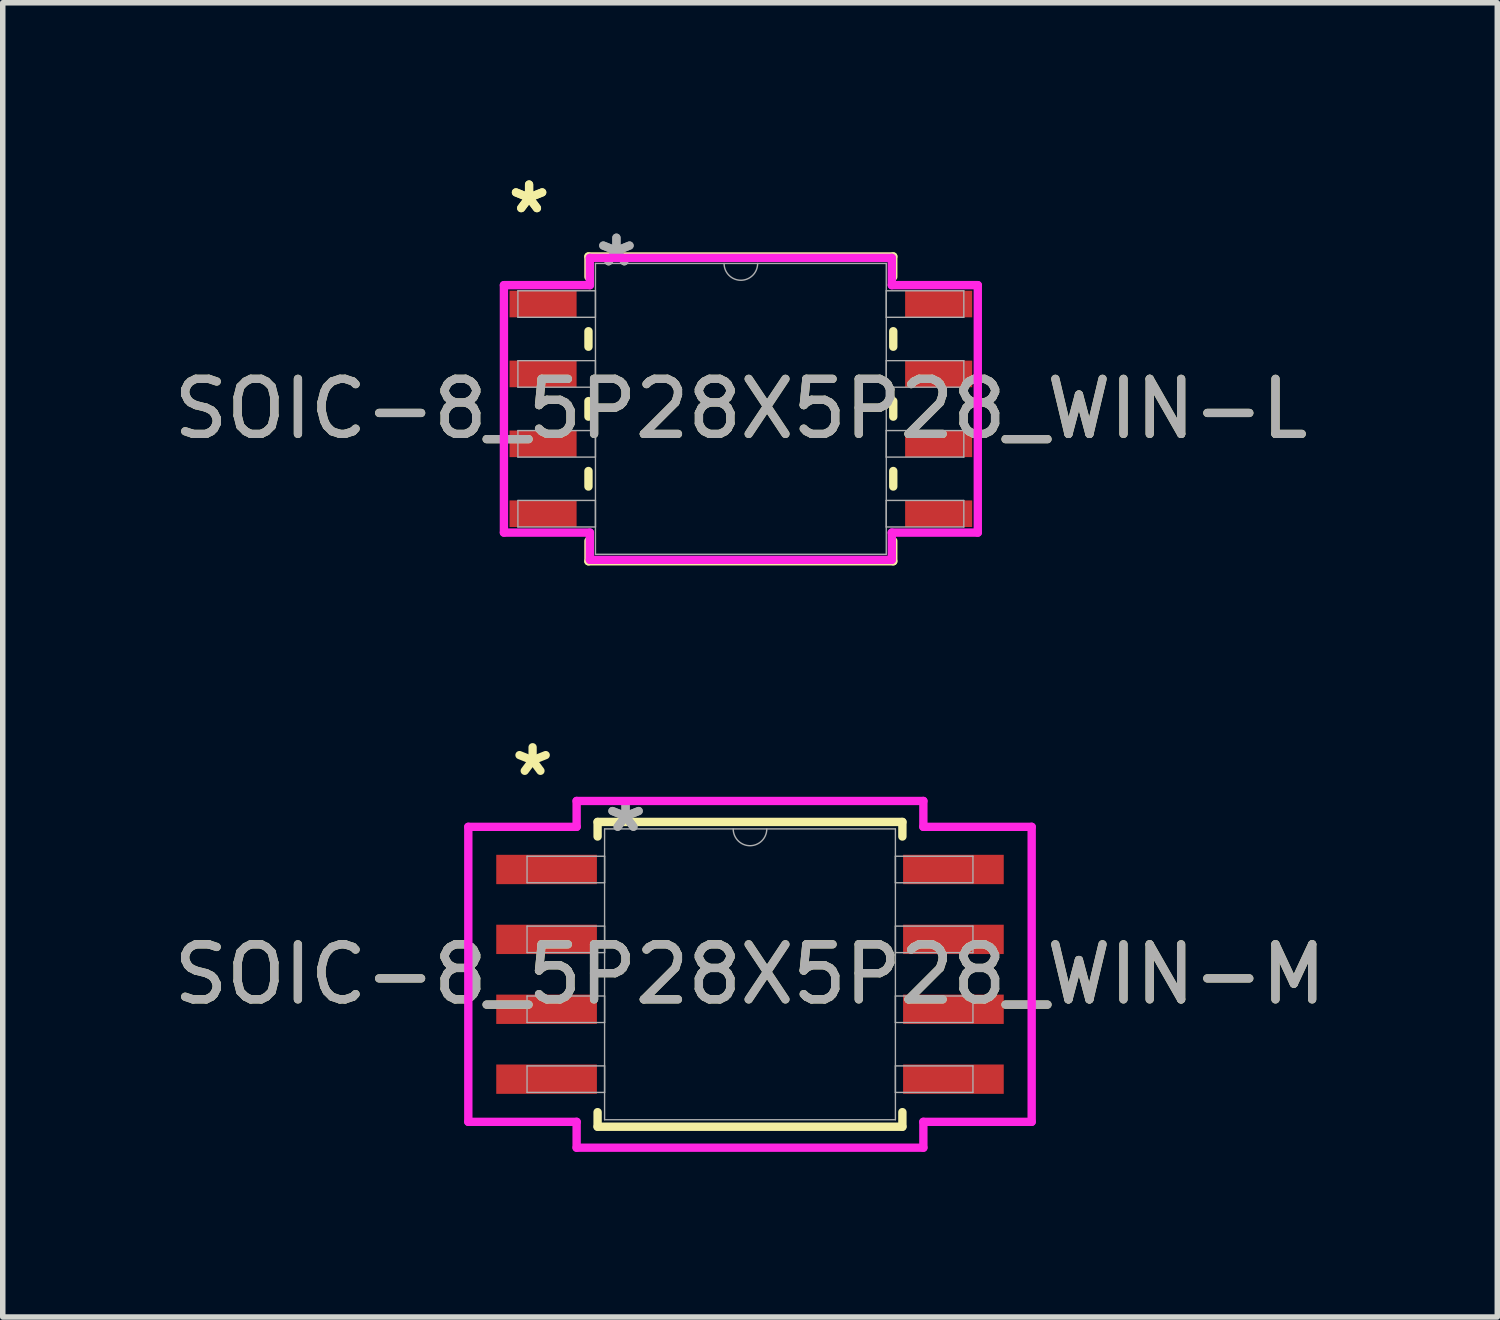
<source format=kicad_pcb>
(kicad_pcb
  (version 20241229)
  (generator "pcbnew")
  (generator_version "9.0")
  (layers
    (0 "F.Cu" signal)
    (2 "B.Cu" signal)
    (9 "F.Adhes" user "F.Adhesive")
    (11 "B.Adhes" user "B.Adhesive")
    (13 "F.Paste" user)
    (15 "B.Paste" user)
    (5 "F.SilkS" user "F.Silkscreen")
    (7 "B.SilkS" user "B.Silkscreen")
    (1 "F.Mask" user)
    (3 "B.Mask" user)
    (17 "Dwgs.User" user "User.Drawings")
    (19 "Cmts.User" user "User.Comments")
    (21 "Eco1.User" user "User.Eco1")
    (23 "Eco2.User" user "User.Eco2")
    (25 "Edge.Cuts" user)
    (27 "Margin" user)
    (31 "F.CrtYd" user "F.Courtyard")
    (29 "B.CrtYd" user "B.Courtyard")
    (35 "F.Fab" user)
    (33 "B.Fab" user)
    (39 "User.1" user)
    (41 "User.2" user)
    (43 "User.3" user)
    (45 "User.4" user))
  (footprint "SOIC-8_5P28X5P28_WIN-L"
    (layer "F.Cu")
    (at 10.411 4.379)
    (property "Reference" "SOIC-8_5P28X5P28_WIN-L" (at 0 0 0) (unlocked yes) (layer "F.SilkS") (effects (font (size 1 1) (thickness 0.15))))
    (attr smd)
    (fp_line (start -2.769 -2.769) (end -2.769 -2.399) (stroke (width 0.152) (type solid)) (layer "F.SilkS"))
    (fp_line (start -2.769 -1.411) (end -2.769 -1.129) (stroke (width 0.152) (type solid)) (layer "F.SilkS"))
    (fp_line (start -2.769 -0.141) (end -2.769 0.141) (stroke (width 0.152) (type solid)) (layer "F.SilkS"))
    (fp_line (start -2.769 1.129) (end -2.769 1.411) (stroke (width 0.152) (type solid)) (layer "F.SilkS"))
    (fp_line (start -2.769 2.399) (end -2.769 2.769) (stroke (width 0.152) (type solid)) (layer "F.SilkS"))
    (fp_line (start -2.769 2.769) (end 2.769 2.769) (stroke (width 0.152) (type solid)) (layer "F.SilkS"))
    (fp_line (start 2.769 -2.769) (end -2.769 -2.769) (stroke (width 0.152) (type solid)) (layer "F.SilkS"))
    (fp_line (start 2.769 -2.399) (end 2.769 -2.769) (stroke (width 0.152) (type solid)) (layer "F.SilkS"))
    (fp_line (start 2.769 -1.129) (end 2.769 -1.411) (stroke (width 0.152) (type solid)) (layer "F.SilkS"))
    (fp_line (start 2.769 0.141) (end 2.769 -0.141) (stroke (width 0.152) (type solid)) (layer "F.SilkS"))
    (fp_line (start 2.769 1.411) (end 2.769 1.129) (stroke (width 0.152) (type solid)) (layer "F.SilkS"))
    (fp_line (start 2.769 2.769) (end 2.769 2.399) (stroke (width 0.152) (type solid)) (layer "F.SilkS"))
    (fp_line (start -4.305 -2.248) (end -2.743 -2.248) (stroke (width 0.152) (type solid)) (layer "F.CrtYd"))
    (fp_line (start -4.305 2.248) (end -4.305 -2.248) (stroke (width 0.152) (type solid)) (layer "F.CrtYd"))
    (fp_line (start -4.305 2.248) (end -2.743 2.248) (stroke (width 0.152) (type solid)) (layer "F.CrtYd"))
    (fp_line (start -2.743 -2.743) (end 2.743 -2.743) (stroke (width 0.152) (type solid)) (layer "F.CrtYd"))
    (fp_line (start -2.743 -2.248) (end -2.743 -2.743) (stroke (width 0.152) (type solid)) (layer "F.CrtYd"))
    (fp_line (start -2.743 2.743) (end -2.743 2.248) (stroke (width 0.152) (type solid)) (layer "F.CrtYd"))
    (fp_line (start 2.743 -2.743) (end 2.743 -2.248) (stroke (width 0.152) (type solid)) (layer "F.CrtYd"))
    (fp_line (start 2.743 2.248) (end 2.743 2.743) (stroke (width 0.152) (type solid)) (layer "F.CrtYd"))
    (fp_line (start 2.743 2.743) (end -2.743 2.743) (stroke (width 0.152) (type solid)) (layer "F.CrtYd"))
    (fp_line (start 4.305 -2.248) (end 2.743 -2.248) (stroke (width 0.152) (type solid)) (layer "F.CrtYd"))
    (fp_line (start 4.305 -2.248) (end 4.305 2.248) (stroke (width 0.152) (type solid)) (layer "F.CrtYd"))
    (fp_line (start 4.305 2.248) (end 2.743 2.248) (stroke (width 0.152) (type solid)) (layer "F.CrtYd"))
    (fp_line (start -4.051 -2.146) (end -4.051 -1.664) (stroke (width 0.025) (type solid)) (layer "F.Fab"))
    (fp_line (start -4.051 -1.664) (end -2.642 -1.664) (stroke (width 0.025) (type solid)) (layer "F.Fab"))
    (fp_line (start -4.051 -0.876) (end -4.051 -0.394) (stroke (width 0.025) (type solid)) (layer "F.Fab"))
    (fp_line (start -4.051 -0.394) (end -2.642 -0.394) (stroke (width 0.025) (type solid)) (layer "F.Fab"))
    (fp_line (start -4.051 0.394) (end -4.051 0.876) (stroke (width 0.025) (type solid)) (layer "F.Fab"))
    (fp_line (start -4.051 0.876) (end -2.642 0.876) (stroke (width 0.025) (type solid)) (layer "F.Fab"))
    (fp_line (start -4.051 1.664) (end -4.051 2.146) (stroke (width 0.025) (type solid)) (layer "F.Fab"))
    (fp_line (start -4.051 2.146) (end -2.642 2.146) (stroke (width 0.025) (type solid)) (layer "F.Fab"))
    (fp_line (start -2.642 -2.642) (end -2.642 2.642) (stroke (width 0.025) (type solid)) (layer "F.Fab"))
    (fp_line (start -2.642 -2.146) (end -4.051 -2.146) (stroke (width 0.025) (type solid)) (layer "F.Fab"))
    (fp_line (start -2.642 -1.664) (end -2.642 -2.146) (stroke (width 0.025) (type solid)) (layer "F.Fab"))
    (fp_line (start -2.642 -0.876) (end -4.051 -0.876) (stroke (width 0.025) (type solid)) (layer "F.Fab"))
    (fp_line (start -2.642 -0.394) (end -2.642 -0.876) (stroke (width 0.025) (type solid)) (layer "F.Fab"))
    (fp_line (start -2.642 0.394) (end -4.051 0.394) (stroke (width 0.025) (type solid)) (layer "F.Fab"))
    (fp_line (start -2.642 0.876) (end -2.642 0.394) (stroke (width 0.025) (type solid)) (layer "F.Fab"))
    (fp_line (start -2.642 1.664) (end -4.051 1.664) (stroke (width 0.025) (type solid)) (layer "F.Fab"))
    (fp_line (start -2.642 2.146) (end -2.642 1.664) (stroke (width 0.025) (type solid)) (layer "F.Fab"))
    (fp_line (start -2.642 2.642) (end 2.642 2.642) (stroke (width 0.025) (type solid)) (layer "F.Fab"))
    (fp_line (start 2.642 -2.642) (end -2.642 -2.642) (stroke (width 0.025) (type solid)) (layer "F.Fab"))
    (fp_line (start 2.642 -2.146) (end 2.642 -1.664) (stroke (width 0.025) (type solid)) (layer "F.Fab"))
    (fp_line (start 2.642 -1.664) (end 4.051 -1.664) (stroke (width 0.025) (type solid)) (layer "F.Fab"))
    (fp_line (start 2.642 -0.876) (end 2.642 -0.394) (stroke (width 0.025) (type solid)) (layer "F.Fab"))
    (fp_line (start 2.642 -0.394) (end 4.051 -0.394) (stroke (width 0.025) (type solid)) (layer "F.Fab"))
    (fp_line (start 2.642 0.394) (end 2.642 0.876) (stroke (width 0.025) (type solid)) (layer "F.Fab"))
    (fp_line (start 2.642 0.876) (end 4.051 0.876) (stroke (width 0.025) (type solid)) (layer "F.Fab"))
    (fp_line (start 2.642 1.664) (end 2.642 2.146) (stroke (width 0.025) (type solid)) (layer "F.Fab"))
    (fp_line (start 2.642 2.146) (end 4.051 2.146) (stroke (width 0.025) (type solid)) (layer "F.Fab"))
    (fp_line (start 2.642 2.642) (end 2.642 -2.642) (stroke (width 0.025) (type solid)) (layer "F.Fab"))
    (fp_line (start 4.051 -2.146) (end 2.642 -2.146) (stroke (width 0.025) (type solid)) (layer "F.Fab"))
    (fp_line (start 4.051 -1.664) (end 4.051 -2.146) (stroke (width 0.025) (type solid)) (layer "F.Fab"))
    (fp_line (start 4.051 -0.876) (end 2.642 -0.876) (stroke (width 0.025) (type solid)) (layer "F.Fab"))
    (fp_line (start 4.051 -0.394) (end 4.051 -0.876) (stroke (width 0.025) (type solid)) (layer "F.Fab"))
    (fp_line (start 4.051 0.394) (end 2.642 0.394) (stroke (width 0.025) (type solid)) (layer "F.Fab"))
    (fp_line (start 4.051 0.876) (end 4.051 0.394) (stroke (width 0.025) (type solid)) (layer "F.Fab"))
    (fp_line (start 4.051 1.664) (end 2.642 1.664) (stroke (width 0.025) (type solid)) (layer "F.Fab"))
    (fp_line (start 4.051 2.146) (end 4.051 1.664) (stroke (width 0.025) (type solid)) (layer "F.Fab"))
    (fp_arc (start 0.3048 -2.6416) (mid 0 -2.3368) (end -0.3048 -2.6416) (stroke (width 0.0254) (type solid)) (layer "F.Fab"))
    (fp_text user "*" (at -3.848 -3.531 0) (layer "F.SilkS") (effects (font (size 1 1) (thickness 0.15))))
    (fp_text user "*" (at -3.848 -3.531 0) (unlocked yes) (layer "F.SilkS") (effects (font (size 1 1) (thickness 0.15))))
    (fp_text user "${REFERENCE}" (at 0 0 0) (unlocked yes) (layer "F.Fab") (effects (font (size 1 1) (thickness 0.15))))
    (fp_text user "*" (at -2.261 -2.565 0) (layer "F.Fab") (effects (font (size 1 1) (thickness 0.15))))
    (fp_text user "*" (at -2.261 -2.565 0) (unlocked yes) (layer "F.Fab") (effects (font (size 1 1) (thickness 0.15))))
    (pad "1" smd rect (at -3.594 -1.905) (size 1.219 0.483) (layers "F.Cu" "F.Mask" "F.Paste"))
    (pad "2" smd rect (at -3.594 -0.635) (size 1.219 0.483) (layers "F.Cu" "F.Mask" "F.Paste"))
    (pad "3" smd rect (at -3.594 0.635) (size 1.219 0.483) (layers "F.Cu" "F.Mask" "F.Paste"))
    (pad "4" smd rect (at -3.594 1.905) (size 1.219 0.483) (layers "F.Cu" "F.Mask" "F.Paste"))
    (pad "5" smd rect (at 3.594 1.905) (size 1.219 0.483) (layers "F.Cu" "F.Mask" "F.Paste"))
    (pad "6" smd rect (at 3.594 0.635) (size 1.219 0.483) (layers "F.Cu" "F.Mask" "F.Paste"))
    (pad "7" smd rect (at 3.594 -0.635) (size 1.219 0.483) (layers "F.Cu" "F.Mask" "F.Paste"))
    (pad "8" smd rect (at 3.594 -1.905) (size 1.219 0.483) (layers "F.Cu" "F.Mask" "F.Paste")))
  (footprint "SOIC-8_5P28X5P28_WIN-M"
    (layer "F.Cu")
    (at 10.577 14.653)
    (property "Reference" "SOIC-8_5P28X5P28_WIN-M" (at 0 0 0) (unlocked yes) (layer "F.SilkS") (effects (font (size 1 1) (thickness 0.15))))
    (attr smd)
    (fp_line (start -2.769 -2.769) (end -2.769 -2.504) (stroke (width 0.152) (type solid)) (layer "F.SilkS"))
    (fp_line (start -2.769 2.504) (end -2.769 2.769) (stroke (width 0.152) (type solid)) (layer "F.SilkS"))
    (fp_line (start -2.769 2.769) (end 2.769 2.769) (stroke (width 0.152) (type solid)) (layer "F.SilkS"))
    (fp_line (start 2.769 -2.769) (end -2.769 -2.769) (stroke (width 0.152) (type solid)) (layer "F.SilkS"))
    (fp_line (start 2.769 -2.504) (end 2.769 -2.769) (stroke (width 0.152) (type solid)) (layer "F.SilkS"))
    (fp_line (start 2.769 2.769) (end 2.769 2.504) (stroke (width 0.152) (type solid)) (layer "F.SilkS"))
    (fp_line (start -5.118 -2.68) (end -3.15 -2.68) (stroke (width 0.152) (type solid)) (layer "F.CrtYd"))
    (fp_line (start -5.118 2.68) (end -5.118 -2.68) (stroke (width 0.152) (type solid)) (layer "F.CrtYd"))
    (fp_line (start -5.118 2.68) (end -3.15 2.68) (stroke (width 0.152) (type solid)) (layer "F.CrtYd"))
    (fp_line (start -3.15 -3.15) (end 3.15 -3.15) (stroke (width 0.152) (type solid)) (layer "F.CrtYd"))
    (fp_line (start -3.15 -2.68) (end -3.15 -3.15) (stroke (width 0.152) (type solid)) (layer "F.CrtYd"))
    (fp_line (start -3.15 3.15) (end -3.15 2.68) (stroke (width 0.152) (type solid)) (layer "F.CrtYd"))
    (fp_line (start 3.15 -3.15) (end 3.15 -2.68) (stroke (width 0.152) (type solid)) (layer "F.CrtYd"))
    (fp_line (start 3.15 2.68) (end 3.15 3.15) (stroke (width 0.152) (type solid)) (layer "F.CrtYd"))
    (fp_line (start 3.15 3.15) (end -3.15 3.15) (stroke (width 0.152) (type solid)) (layer "F.CrtYd"))
    (fp_line (start 5.118 -2.68) (end 3.15 -2.68) (stroke (width 0.152) (type solid)) (layer "F.CrtYd"))
    (fp_line (start 5.118 -2.68) (end 5.118 2.68) (stroke (width 0.152) (type solid)) (layer "F.CrtYd"))
    (fp_line (start 5.118 2.68) (end 3.15 2.68) (stroke (width 0.152) (type solid)) (layer "F.CrtYd"))
    (fp_line (start -4.051 -2.146) (end -4.051 -1.664) (stroke (width 0.025) (type solid)) (layer "F.Fab"))
    (fp_line (start -4.051 -1.664) (end -2.642 -1.664) (stroke (width 0.025) (type solid)) (layer "F.Fab"))
    (fp_line (start -4.051 -0.876) (end -4.051 -0.394) (stroke (width 0.025) (type solid)) (layer "F.Fab"))
    (fp_line (start -4.051 -0.394) (end -2.642 -0.394) (stroke (width 0.025) (type solid)) (layer "F.Fab"))
    (fp_line (start -4.051 0.394) (end -4.051 0.876) (stroke (width 0.025) (type solid)) (layer "F.Fab"))
    (fp_line (start -4.051 0.876) (end -2.642 0.876) (stroke (width 0.025) (type solid)) (layer "F.Fab"))
    (fp_line (start -4.051 1.664) (end -4.051 2.146) (stroke (width 0.025) (type solid)) (layer "F.Fab"))
    (fp_line (start -4.051 2.146) (end -2.642 2.146) (stroke (width 0.025) (type solid)) (layer "F.Fab"))
    (fp_line (start -2.642 -2.642) (end -2.642 2.642) (stroke (width 0.025) (type solid)) (layer "F.Fab"))
    (fp_line (start -2.642 -2.146) (end -4.051 -2.146) (stroke (width 0.025) (type solid)) (layer "F.Fab"))
    (fp_line (start -2.642 -1.664) (end -2.642 -2.146) (stroke (width 0.025) (type solid)) (layer "F.Fab"))
    (fp_line (start -2.642 -0.876) (end -4.051 -0.876) (stroke (width 0.025) (type solid)) (layer "F.Fab"))
    (fp_line (start -2.642 -0.394) (end -2.642 -0.876) (stroke (width 0.025) (type solid)) (layer "F.Fab"))
    (fp_line (start -2.642 0.394) (end -4.051 0.394) (stroke (width 0.025) (type solid)) (layer "F.Fab"))
    (fp_line (start -2.642 0.876) (end -2.642 0.394) (stroke (width 0.025) (type solid)) (layer "F.Fab"))
    (fp_line (start -2.642 1.664) (end -4.051 1.664) (stroke (width 0.025) (type solid)) (layer "F.Fab"))
    (fp_line (start -2.642 2.146) (end -2.642 1.664) (stroke (width 0.025) (type solid)) (layer "F.Fab"))
    (fp_line (start -2.642 2.642) (end 2.642 2.642) (stroke (width 0.025) (type solid)) (layer "F.Fab"))
    (fp_line (start 2.642 -2.642) (end -2.642 -2.642) (stroke (width 0.025) (type solid)) (layer "F.Fab"))
    (fp_line (start 2.642 -2.146) (end 2.642 -1.664) (stroke (width 0.025) (type solid)) (layer "F.Fab"))
    (fp_line (start 2.642 -1.664) (end 4.051 -1.664) (stroke (width 0.025) (type solid)) (layer "F.Fab"))
    (fp_line (start 2.642 -0.876) (end 2.642 -0.394) (stroke (width 0.025) (type solid)) (layer "F.Fab"))
    (fp_line (start 2.642 -0.394) (end 4.051 -0.394) (stroke (width 0.025) (type solid)) (layer "F.Fab"))
    (fp_line (start 2.642 0.394) (end 2.642 0.876) (stroke (width 0.025) (type solid)) (layer "F.Fab"))
    (fp_line (start 2.642 0.876) (end 4.051 0.876) (stroke (width 0.025) (type solid)) (layer "F.Fab"))
    (fp_line (start 2.642 1.664) (end 2.642 2.146) (stroke (width 0.025) (type solid)) (layer "F.Fab"))
    (fp_line (start 2.642 2.146) (end 4.051 2.146) (stroke (width 0.025) (type solid)) (layer "F.Fab"))
    (fp_line (start 2.642 2.642) (end 2.642 -2.642) (stroke (width 0.025) (type solid)) (layer "F.Fab"))
    (fp_line (start 4.051 -2.146) (end 2.642 -2.146) (stroke (width 0.025) (type solid)) (layer "F.Fab"))
    (fp_line (start 4.051 -1.664) (end 4.051 -2.146) (stroke (width 0.025) (type solid)) (layer "F.Fab"))
    (fp_line (start 4.051 -0.876) (end 2.642 -0.876) (stroke (width 0.025) (type solid)) (layer "F.Fab"))
    (fp_line (start 4.051 -0.394) (end 4.051 -0.876) (stroke (width 0.025) (type solid)) (layer "F.Fab"))
    (fp_line (start 4.051 0.394) (end 2.642 0.394) (stroke (width 0.025) (type solid)) (layer "F.Fab"))
    (fp_line (start 4.051 0.876) (end 4.051 0.394) (stroke (width 0.025) (type solid)) (layer "F.Fab"))
    (fp_line (start 4.051 1.664) (end 2.642 1.664) (stroke (width 0.025) (type solid)) (layer "F.Fab"))
    (fp_line (start 4.051 2.146) (end 4.051 1.664) (stroke (width 0.025) (type solid)) (layer "F.Fab"))
    (fp_arc (start 0.3048 -2.6416) (mid 0 -2.3368) (end -0.3048 -2.6416) (stroke (width 0.0254) (type solid)) (layer "F.Fab"))
    (fp_text user "*" (at -3.95 -3.581 0) (layer "F.SilkS") (effects (font (size 1 1) (thickness 0.15))))
    (fp_text user "*" (at -2.261 -2.565 0) (unlocked yes) (layer "F.Fab") (effects (font (size 1 1) (thickness 0.15))))
    (fp_text user "${REFERENCE}" (at 0 0 0) (unlocked yes) (layer "F.Fab") (effects (font (size 1 1) (thickness 0.15))))
    (fp_text user "*" (at -2.261 -2.565 0) (layer "F.Fab") (effects (font (size 1 1) (thickness 0.15))))
    (pad "1" smd rect (at -3.696 -1.905) (size 1.829 0.533) (layers "F.Cu" "F.Mask" "F.Paste"))
    (pad "2" smd rect (at -3.696 -0.635) (size 1.829 0.533) (layers "F.Cu" "F.Mask" "F.Paste"))
    (pad "3" smd rect (at -3.696 0.635) (size 1.829 0.533) (layers "F.Cu" "F.Mask" "F.Paste"))
    (pad "4" smd rect (at -3.696 1.905) (size 1.829 0.533) (layers "F.Cu" "F.Mask" "F.Paste"))
    (pad "5" smd rect (at 3.696 1.905) (size 1.829 0.533) (layers "F.Cu" "F.Mask" "F.Paste"))
    (pad "6" smd rect (at 3.696 0.635) (size 1.829 0.533) (layers "F.Cu" "F.Mask" "F.Paste"))
    (pad "7" smd rect (at 3.696 -0.635) (size 1.829 0.533) (layers "F.Cu" "F.Mask" "F.Paste"))
    (pad "8" smd rect (at 3.696 -1.905) (size 1.829 0.533) (layers "F.Cu" "F.Mask" "F.Paste")))
  (gr_rect
    (start -3 -3)
    (end 24.155 20.879)
    (stroke (width 0.1) (type default))
    (fill no)
    (layer "Edge.Cuts")))
</source>
